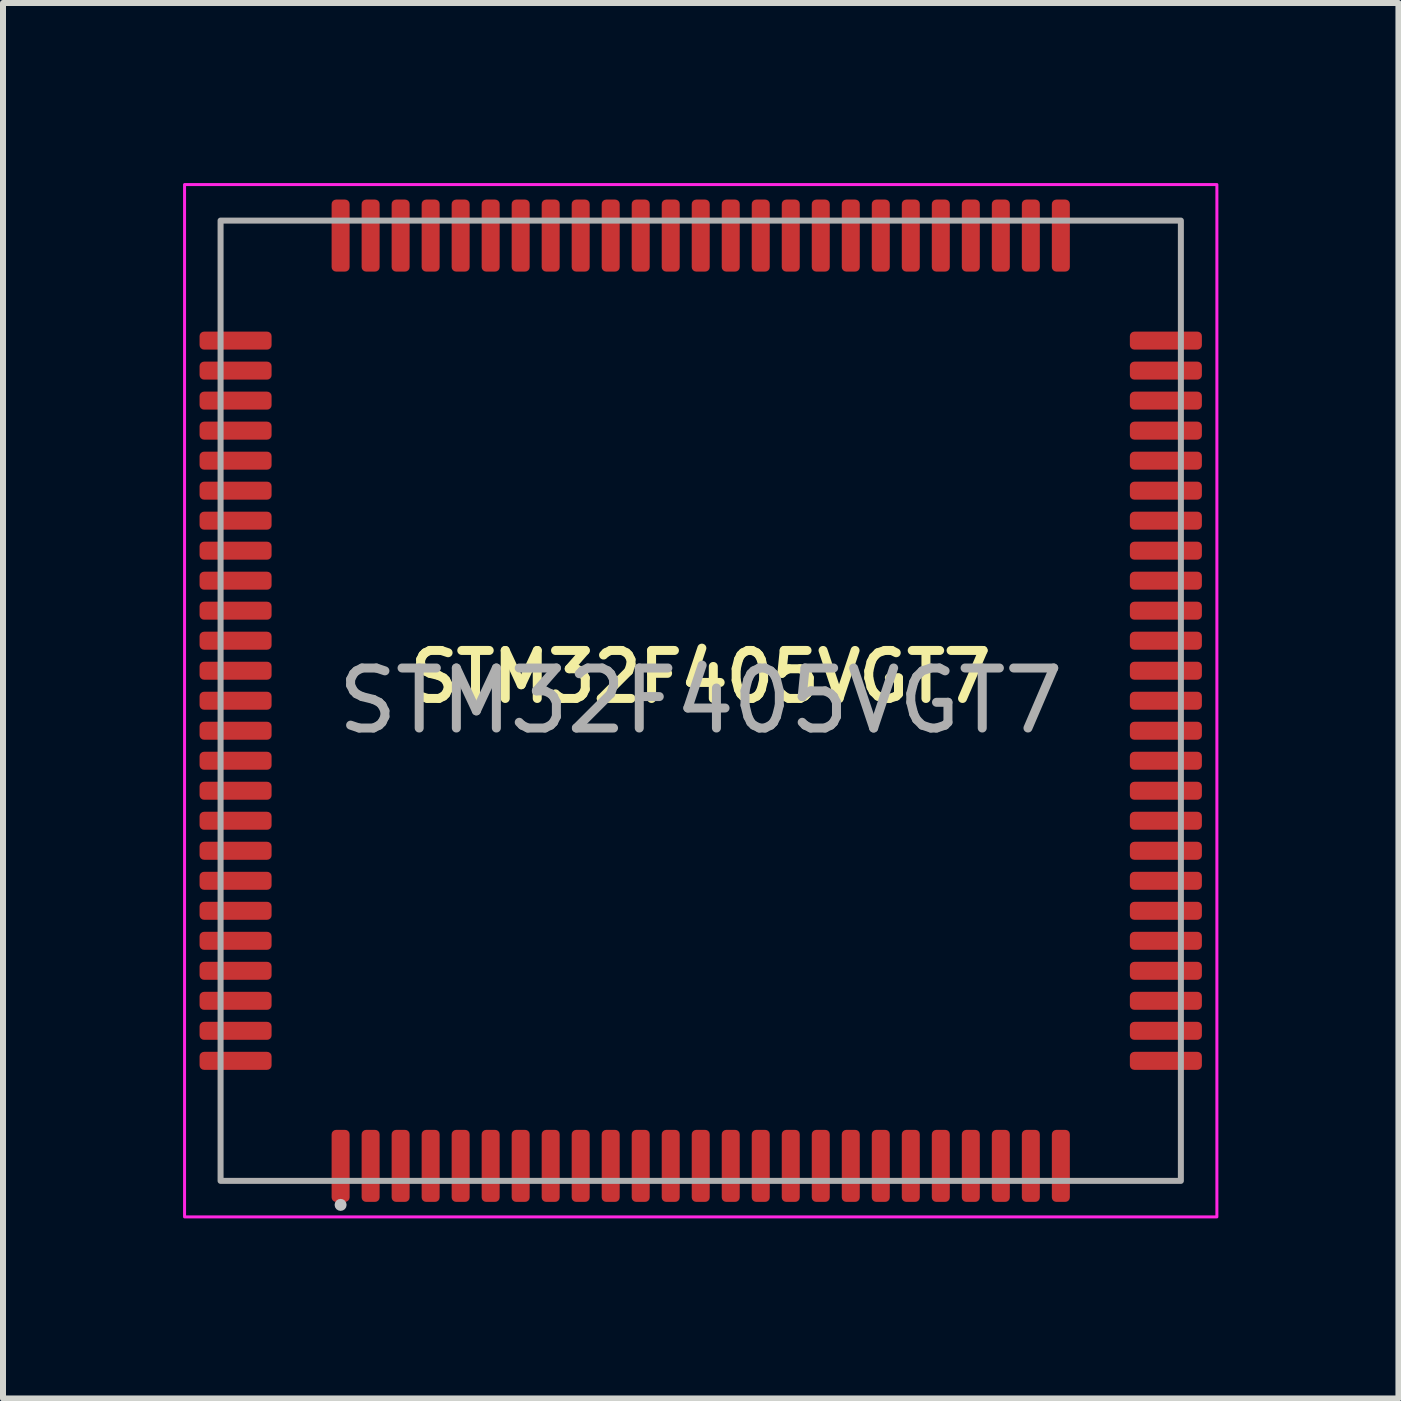
<source format=kicad_pcb>
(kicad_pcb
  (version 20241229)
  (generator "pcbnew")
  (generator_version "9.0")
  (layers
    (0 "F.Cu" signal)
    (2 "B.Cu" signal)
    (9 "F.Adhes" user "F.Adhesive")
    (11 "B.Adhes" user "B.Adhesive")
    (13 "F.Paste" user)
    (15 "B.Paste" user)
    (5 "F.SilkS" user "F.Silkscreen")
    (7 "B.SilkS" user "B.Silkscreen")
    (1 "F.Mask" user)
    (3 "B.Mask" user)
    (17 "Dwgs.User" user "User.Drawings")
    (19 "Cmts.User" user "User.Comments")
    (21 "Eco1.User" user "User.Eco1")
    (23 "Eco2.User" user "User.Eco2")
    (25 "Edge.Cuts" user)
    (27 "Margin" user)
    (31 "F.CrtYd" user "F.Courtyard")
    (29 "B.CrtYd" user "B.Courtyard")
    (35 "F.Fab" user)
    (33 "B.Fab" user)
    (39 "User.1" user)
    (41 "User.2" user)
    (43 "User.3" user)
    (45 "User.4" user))
  (footprint "STM32F405VGT7"
    (layer "F.Cu")
    (at 8.625 8.625)
    (property "Reference" "STM32F405VGT7" (at 0 -0.4 0) (unlocked yes) (layer "F.SilkS") (effects (font (size 0.8 0.8) (thickness 0.15))))
    (attr smd)
    (fp_circle (center -6 8.4) (end -5.95 8.4) (stroke (width 0.1) (type solid)) (fill no) (layer "Dwgs.User"))
    (fp_rect (start -8.6 -8.6) (end 8.6 8.6) (stroke (width 0.05) (type solid)) (fill no) (layer "F.CrtYd"))
    (fp_rect (start -8 -8) (end 8 8) (stroke (width 0.1) (type solid)) (fill no) (layer "F.Fab"))
    (fp_text user "${REFERENCE}" (at 0 0 0) (unlocked yes) (layer "F.Fab") (effects (font (size 1 1) (thickness 0.15))))
    (pad "1" smd roundrect (at -6 7.75) (size 0.3 1.2) (layers "F.Cu" "F.Mask" "F.Paste") (roundrect_rratio 0.25))
    (pad "2" smd roundrect (at -5.5 7.75) (size 0.3 1.2) (layers "F.Cu" "F.Mask" "F.Paste") (roundrect_rratio 0.25))
    (pad "3" smd roundrect (at -5 7.75) (size 0.3 1.2) (layers "F.Cu" "F.Mask" "F.Paste") (roundrect_rratio 0.25))
    (pad "4" smd roundrect (at -4.5 7.75) (size 0.3 1.2) (layers "F.Cu" "F.Mask" "F.Paste") (roundrect_rratio 0.25))
    (pad "5" smd roundrect (at -4 7.75) (size 0.3 1.2) (layers "F.Cu" "F.Mask" "F.Paste") (roundrect_rratio 0.25))
    (pad "6" smd roundrect (at -3.5 7.75) (size 0.3 1.2) (layers "F.Cu" "F.Mask" "F.Paste") (roundrect_rratio 0.25))
    (pad "7" smd roundrect (at -3 7.75) (size 0.3 1.2) (layers "F.Cu" "F.Mask" "F.Paste") (roundrect_rratio 0.25))
    (pad "8" smd roundrect (at -2.5 7.75) (size 0.3 1.2) (layers "F.Cu" "F.Mask" "F.Paste") (roundrect_rratio 0.25))
    (pad "9" smd roundrect (at -2 7.75) (size 0.3 1.2) (layers "F.Cu" "F.Mask" "F.Paste") (roundrect_rratio 0.25))
    (pad "10" smd roundrect (at -1.5 7.75) (size 0.3 1.2) (layers "F.Cu" "F.Mask" "F.Paste") (roundrect_rratio 0.25))
    (pad "11" smd roundrect (at -1 7.75) (size 0.3 1.2) (layers "F.Cu" "F.Mask" "F.Paste") (roundrect_rratio 0.25))
    (pad "12" smd roundrect (at -0.5 7.75) (size 0.3 1.2) (layers "F.Cu" "F.Mask" "F.Paste") (roundrect_rratio 0.25))
    (pad "13" smd roundrect (at 0 7.75) (size 0.3 1.2) (layers "F.Cu" "F.Mask" "F.Paste") (roundrect_rratio 0.25))
    (pad "14" smd roundrect (at 0.5 7.75) (size 0.3 1.2) (layers "F.Cu" "F.Mask" "F.Paste") (roundrect_rratio 0.25))
    (pad "15" smd roundrect (at 1 7.75) (size 0.3 1.2) (layers "F.Cu" "F.Mask" "F.Paste") (roundrect_rratio 0.25))
    (pad "16" smd roundrect (at 1.5 7.75) (size 0.3 1.2) (layers "F.Cu" "F.Mask" "F.Paste") (roundrect_rratio 0.25))
    (pad "17" smd roundrect (at 2 7.75) (size 0.3 1.2) (layers "F.Cu" "F.Mask" "F.Paste") (roundrect_rratio 0.25))
    (pad "18" smd roundrect (at 2.5 7.75) (size 0.3 1.2) (layers "F.Cu" "F.Mask" "F.Paste") (roundrect_rratio 0.25))
    (pad "19" smd roundrect (at 3 7.75) (size 0.3 1.2) (layers "F.Cu" "F.Mask" "F.Paste") (roundrect_rratio 0.25))
    (pad "20" smd roundrect (at 3.5 7.75) (size 0.3 1.2) (layers "F.Cu" "F.Mask" "F.Paste") (roundrect_rratio 0.25))
    (pad "21" smd roundrect (at 4 7.75) (size 0.3 1.2) (layers "F.Cu" "F.Mask" "F.Paste") (roundrect_rratio 0.25))
    (pad "22" smd roundrect (at 4.5 7.75) (size 0.3 1.2) (layers "F.Cu" "F.Mask" "F.Paste") (roundrect_rratio 0.25))
    (pad "23" smd roundrect (at 5 7.75) (size 0.3 1.2) (layers "F.Cu" "F.Mask" "F.Paste") (roundrect_rratio 0.25))
    (pad "24" smd roundrect (at 5.5 7.75) (size 0.3 1.2) (layers "F.Cu" "F.Mask" "F.Paste") (roundrect_rratio 0.25))
    (pad "25" smd roundrect (at 6 7.75) (size 0.3 1.2) (layers "F.Cu" "F.Mask" "F.Paste") (roundrect_rratio 0.25))
    (pad "26" smd roundrect (at 7.75 6 90) (size 0.3 1.2) (layers "F.Cu" "F.Mask" "F.Paste") (roundrect_rratio 0.25))
    (pad "27" smd roundrect (at 7.75 5.5 90) (size 0.3 1.2) (layers "F.Cu" "F.Mask" "F.Paste") (roundrect_rratio 0.25))
    (pad "28" smd roundrect (at 7.75 5 90) (size 0.3 1.2) (layers "F.Cu" "F.Mask" "F.Paste") (roundrect_rratio 0.25))
    (pad "29" smd roundrect (at 7.75 4.5 90) (size 0.3 1.2) (layers "F.Cu" "F.Mask" "F.Paste") (roundrect_rratio 0.25))
    (pad "30" smd roundrect (at 7.75 4 90) (size 0.3 1.2) (layers "F.Cu" "F.Mask" "F.Paste") (roundrect_rratio 0.25))
    (pad "31" smd roundrect (at 7.75 3.5 90) (size 0.3 1.2) (layers "F.Cu" "F.Mask" "F.Paste") (roundrect_rratio 0.25))
    (pad "32" smd roundrect (at 7.75 3 90) (size 0.3 1.2) (layers "F.Cu" "F.Mask" "F.Paste") (roundrect_rratio 0.25))
    (pad "33" smd roundrect (at 7.75 2.5 90) (size 0.3 1.2) (layers "F.Cu" "F.Mask" "F.Paste") (roundrect_rratio 0.25))
    (pad "34" smd roundrect (at 7.75 2 90) (size 0.3 1.2) (layers "F.Cu" "F.Mask" "F.Paste") (roundrect_rratio 0.25))
    (pad "35" smd roundrect (at 7.75 1.5 90) (size 0.3 1.2) (layers "F.Cu" "F.Mask" "F.Paste") (roundrect_rratio 0.25))
    (pad "36" smd roundrect (at 7.75 1 90) (size 0.3 1.2) (layers "F.Cu" "F.Mask" "F.Paste") (roundrect_rratio 0.25))
    (pad "37" smd roundrect (at 7.75 0.5 90) (size 0.3 1.2) (layers "F.Cu" "F.Mask" "F.Paste") (roundrect_rratio 0.25))
    (pad "38" smd roundrect (at 7.75 0 90) (size 0.3 1.2) (layers "F.Cu" "F.Mask" "F.Paste") (roundrect_rratio 0.25))
    (pad "39" smd roundrect (at 7.75 -0.5 90) (size 0.3 1.2) (layers "F.Cu" "F.Mask" "F.Paste") (roundrect_rratio 0.25))
    (pad "40" smd roundrect (at 7.75 -1 90) (size 0.3 1.2) (layers "F.Cu" "F.Mask" "F.Paste") (roundrect_rratio 0.25))
    (pad "41" smd roundrect (at 7.75 -1.5 90) (size 0.3 1.2) (layers "F.Cu" "F.Mask" "F.Paste") (roundrect_rratio 0.25))
    (pad "42" smd roundrect (at 7.75 -2 90) (size 0.3 1.2) (layers "F.Cu" "F.Mask" "F.Paste") (roundrect_rratio 0.25))
    (pad "43" smd roundrect (at 7.75 -2.5 90) (size 0.3 1.2) (layers "F.Cu" "F.Mask" "F.Paste") (roundrect_rratio 0.25))
    (pad "44" smd roundrect (at 7.75 -3 90) (size 0.3 1.2) (layers "F.Cu" "F.Mask" "F.Paste") (roundrect_rratio 0.25))
    (pad "45" smd roundrect (at 7.75 -3.5 90) (size 0.3 1.2) (layers "F.Cu" "F.Mask" "F.Paste") (roundrect_rratio 0.25))
    (pad "46" smd roundrect (at 7.75 -4 90) (size 0.3 1.2) (layers "F.Cu" "F.Mask" "F.Paste") (roundrect_rratio 0.25))
    (pad "47" smd roundrect (at 7.75 -4.5 90) (size 0.3 1.2) (layers "F.Cu" "F.Mask" "F.Paste") (roundrect_rratio 0.25))
    (pad "48" smd roundrect (at 7.75 -5 90) (size 0.3 1.2) (layers "F.Cu" "F.Mask" "F.Paste") (roundrect_rratio 0.25))
    (pad "49" smd roundrect (at 7.75 -5.5 90) (size 0.3 1.2) (layers "F.Cu" "F.Mask" "F.Paste") (roundrect_rratio 0.25))
    (pad "50" smd roundrect (at 7.75 -6 90) (size 0.3 1.2) (layers "F.Cu" "F.Mask" "F.Paste") (roundrect_rratio 0.25))
    (pad "51" smd roundrect (at 6 -7.75 180) (size 0.3 1.2) (layers "F.Cu" "F.Mask" "F.Paste") (roundrect_rratio 0.25))
    (pad "52" smd roundrect (at 5.5 -7.75 180) (size 0.3 1.2) (layers "F.Cu" "F.Mask" "F.Paste") (roundrect_rratio 0.25))
    (pad "53" smd roundrect (at 5 -7.75 180) (size 0.3 1.2) (layers "F.Cu" "F.Mask" "F.Paste") (roundrect_rratio 0.25))
    (pad "54" smd roundrect (at 4.5 -7.75 180) (size 0.3 1.2) (layers "F.Cu" "F.Mask" "F.Paste") (roundrect_rratio 0.25))
    (pad "55" smd roundrect (at 4 -7.75 180) (size 0.3 1.2) (layers "F.Cu" "F.Mask" "F.Paste") (roundrect_rratio 0.25))
    (pad "56" smd roundrect (at 3.5 -7.75 180) (size 0.3 1.2) (layers "F.Cu" "F.Mask" "F.Paste") (roundrect_rratio 0.25))
    (pad "57" smd roundrect (at 3 -7.75 180) (size 0.3 1.2) (layers "F.Cu" "F.Mask" "F.Paste") (roundrect_rratio 0.25))
    (pad "58" smd roundrect (at 2.5 -7.75 180) (size 0.3 1.2) (layers "F.Cu" "F.Mask" "F.Paste") (roundrect_rratio 0.25))
    (pad "59" smd roundrect (at 2 -7.75 180) (size 0.3 1.2) (layers "F.Cu" "F.Mask" "F.Paste") (roundrect_rratio 0.25))
    (pad "60" smd roundrect (at 1.5 -7.75 180) (size 0.3 1.2) (layers "F.Cu" "F.Mask" "F.Paste") (roundrect_rratio 0.25))
    (pad "61" smd roundrect (at 1 -7.75 180) (size 0.3 1.2) (layers "F.Cu" "F.Mask" "F.Paste") (roundrect_rratio 0.25))
    (pad "62" smd roundrect (at 0.5 -7.75 180) (size 0.3 1.2) (layers "F.Cu" "F.Mask" "F.Paste") (roundrect_rratio 0.25))
    (pad "63" smd roundrect (at 0 -7.75 180) (size 0.3 1.2) (layers "F.Cu" "F.Mask" "F.Paste") (roundrect_rratio 0.25))
    (pad "64" smd roundrect (at -0.5 -7.75 180) (size 0.3 1.2) (layers "F.Cu" "F.Mask" "F.Paste") (roundrect_rratio 0.25))
    (pad "65" smd roundrect (at -1 -7.75 180) (size 0.3 1.2) (layers "F.Cu" "F.Mask" "F.Paste") (roundrect_rratio 0.25))
    (pad "66" smd roundrect (at -1.5 -7.75 180) (size 0.3 1.2) (layers "F.Cu" "F.Mask" "F.Paste") (roundrect_rratio 0.25))
    (pad "67" smd roundrect (at -2 -7.75 180) (size 0.3 1.2) (layers "F.Cu" "F.Mask" "F.Paste") (roundrect_rratio 0.25))
    (pad "68" smd roundrect (at -2.5 -7.75 180) (size 0.3 1.2) (layers "F.Cu" "F.Mask" "F.Paste") (roundrect_rratio 0.25))
    (pad "69" smd roundrect (at -3 -7.75 180) (size 0.3 1.2) (layers "F.Cu" "F.Mask" "F.Paste") (roundrect_rratio 0.25))
    (pad "70" smd roundrect (at -3.5 -7.75 180) (size 0.3 1.2) (layers "F.Cu" "F.Mask" "F.Paste") (roundrect_rratio 0.25))
    (pad "71" smd roundrect (at -4 -7.75 180) (size 0.3 1.2) (layers "F.Cu" "F.Mask" "F.Paste") (roundrect_rratio 0.25))
    (pad "72" smd roundrect (at -4.5 -7.75 180) (size 0.3 1.2) (layers "F.Cu" "F.Mask" "F.Paste") (roundrect_rratio 0.25))
    (pad "73" smd roundrect (at -5 -7.75 180) (size 0.3 1.2) (layers "F.Cu" "F.Mask" "F.Paste") (roundrect_rratio 0.25))
    (pad "74" smd roundrect (at -5.5 -7.75 180) (size 0.3 1.2) (layers "F.Cu" "F.Mask" "F.Paste") (roundrect_rratio 0.25))
    (pad "75" smd roundrect (at -6 -7.75 180) (size 0.3 1.2) (layers "F.Cu" "F.Mask" "F.Paste") (roundrect_rratio 0.25))
    (pad "76" smd roundrect (at -7.75 -6 270) (size 0.3 1.2) (layers "F.Cu" "F.Mask" "F.Paste") (roundrect_rratio 0.25))
    (pad "77" smd roundrect (at -7.75 -5.5 270) (size 0.3 1.2) (layers "F.Cu" "F.Mask" "F.Paste") (roundrect_rratio 0.25))
    (pad "78" smd roundrect (at -7.75 -5 270) (size 0.3 1.2) (layers "F.Cu" "F.Mask" "F.Paste") (roundrect_rratio 0.25))
    (pad "79" smd roundrect (at -7.75 -4.5 270) (size 0.3 1.2) (layers "F.Cu" "F.Mask" "F.Paste") (roundrect_rratio 0.25))
    (pad "80" smd roundrect (at -7.75 -4 270) (size 0.3 1.2) (layers "F.Cu" "F.Mask" "F.Paste") (roundrect_rratio 0.25))
    (pad "81" smd roundrect (at -7.75 -3.5 270) (size 0.3 1.2) (layers "F.Cu" "F.Mask" "F.Paste") (roundrect_rratio 0.25))
    (pad "82" smd roundrect (at -7.75 -3 270) (size 0.3 1.2) (layers "F.Cu" "F.Mask" "F.Paste") (roundrect_rratio 0.25))
    (pad "83" smd roundrect (at -7.75 -2.5 270) (size 0.3 1.2) (layers "F.Cu" "F.Mask" "F.Paste") (roundrect_rratio 0.25))
    (pad "84" smd roundrect (at -7.75 -2 270) (size 0.3 1.2) (layers "F.Cu" "F.Mask" "F.Paste") (roundrect_rratio 0.25))
    (pad "85" smd roundrect (at -7.75 -1.5 270) (size 0.3 1.2) (layers "F.Cu" "F.Mask" "F.Paste") (roundrect_rratio 0.25))
    (pad "86" smd roundrect (at -7.75 -1 270) (size 0.3 1.2) (layers "F.Cu" "F.Mask" "F.Paste") (roundrect_rratio 0.25))
    (pad "87" smd roundrect (at -7.75 -0.5 270) (size 0.3 1.2) (layers "F.Cu" "F.Mask" "F.Paste") (roundrect_rratio 0.25))
    (pad "88" smd roundrect (at -7.75 0 270) (size 0.3 1.2) (layers "F.Cu" "F.Mask" "F.Paste") (roundrect_rratio 0.25))
    (pad "89" smd roundrect (at -7.75 0.5 270) (size 0.3 1.2) (layers "F.Cu" "F.Mask" "F.Paste") (roundrect_rratio 0.25))
    (pad "90" smd roundrect (at -7.75 1 270) (size 0.3 1.2) (layers "F.Cu" "F.Mask" "F.Paste") (roundrect_rratio 0.25))
    (pad "91" smd roundrect (at -7.75 1.5 270) (size 0.3 1.2) (layers "F.Cu" "F.Mask" "F.Paste") (roundrect_rratio 0.25))
    (pad "92" smd roundrect (at -7.75 2 270) (size 0.3 1.2) (layers "F.Cu" "F.Mask" "F.Paste") (roundrect_rratio 0.25))
    (pad "93" smd roundrect (at -7.75 2.5 270) (size 0.3 1.2) (layers "F.Cu" "F.Mask" "F.Paste") (roundrect_rratio 0.25))
    (pad "94" smd roundrect (at -7.75 3 270) (size 0.3 1.2) (layers "F.Cu" "F.Mask" "F.Paste") (roundrect_rratio 0.25))
    (pad "95" smd roundrect (at -7.75 3.5 270) (size 0.3 1.2) (layers "F.Cu" "F.Mask" "F.Paste") (roundrect_rratio 0.25))
    (pad "96" smd roundrect (at -7.75 4 270) (size 0.3 1.2) (layers "F.Cu" "F.Mask" "F.Paste") (roundrect_rratio 0.25))
    (pad "97" smd roundrect (at -7.75 4.5 270) (size 0.3 1.2) (layers "F.Cu" "F.Mask" "F.Paste") (roundrect_rratio 0.25))
    (pad "98" smd roundrect (at -7.75 5 270) (size 0.3 1.2) (layers "F.Cu" "F.Mask" "F.Paste") (roundrect_rratio 0.25))
    (pad "99" smd roundrect (at -7.75 5.5 270) (size 0.3 1.2) (layers "F.Cu" "F.Mask" "F.Paste") (roundrect_rratio 0.25))
    (pad "100" smd roundrect (at -7.75 6 270) (size 0.3 1.2) (layers "F.Cu" "F.Mask" "F.Paste") (roundrect_rratio 0.25)))
  (gr_rect
    (start -3 -3)
    (end 20.25 20.25)
    (stroke (width 0.1) (type default))
    (fill no)
    (layer "Edge.Cuts")))
</source>
